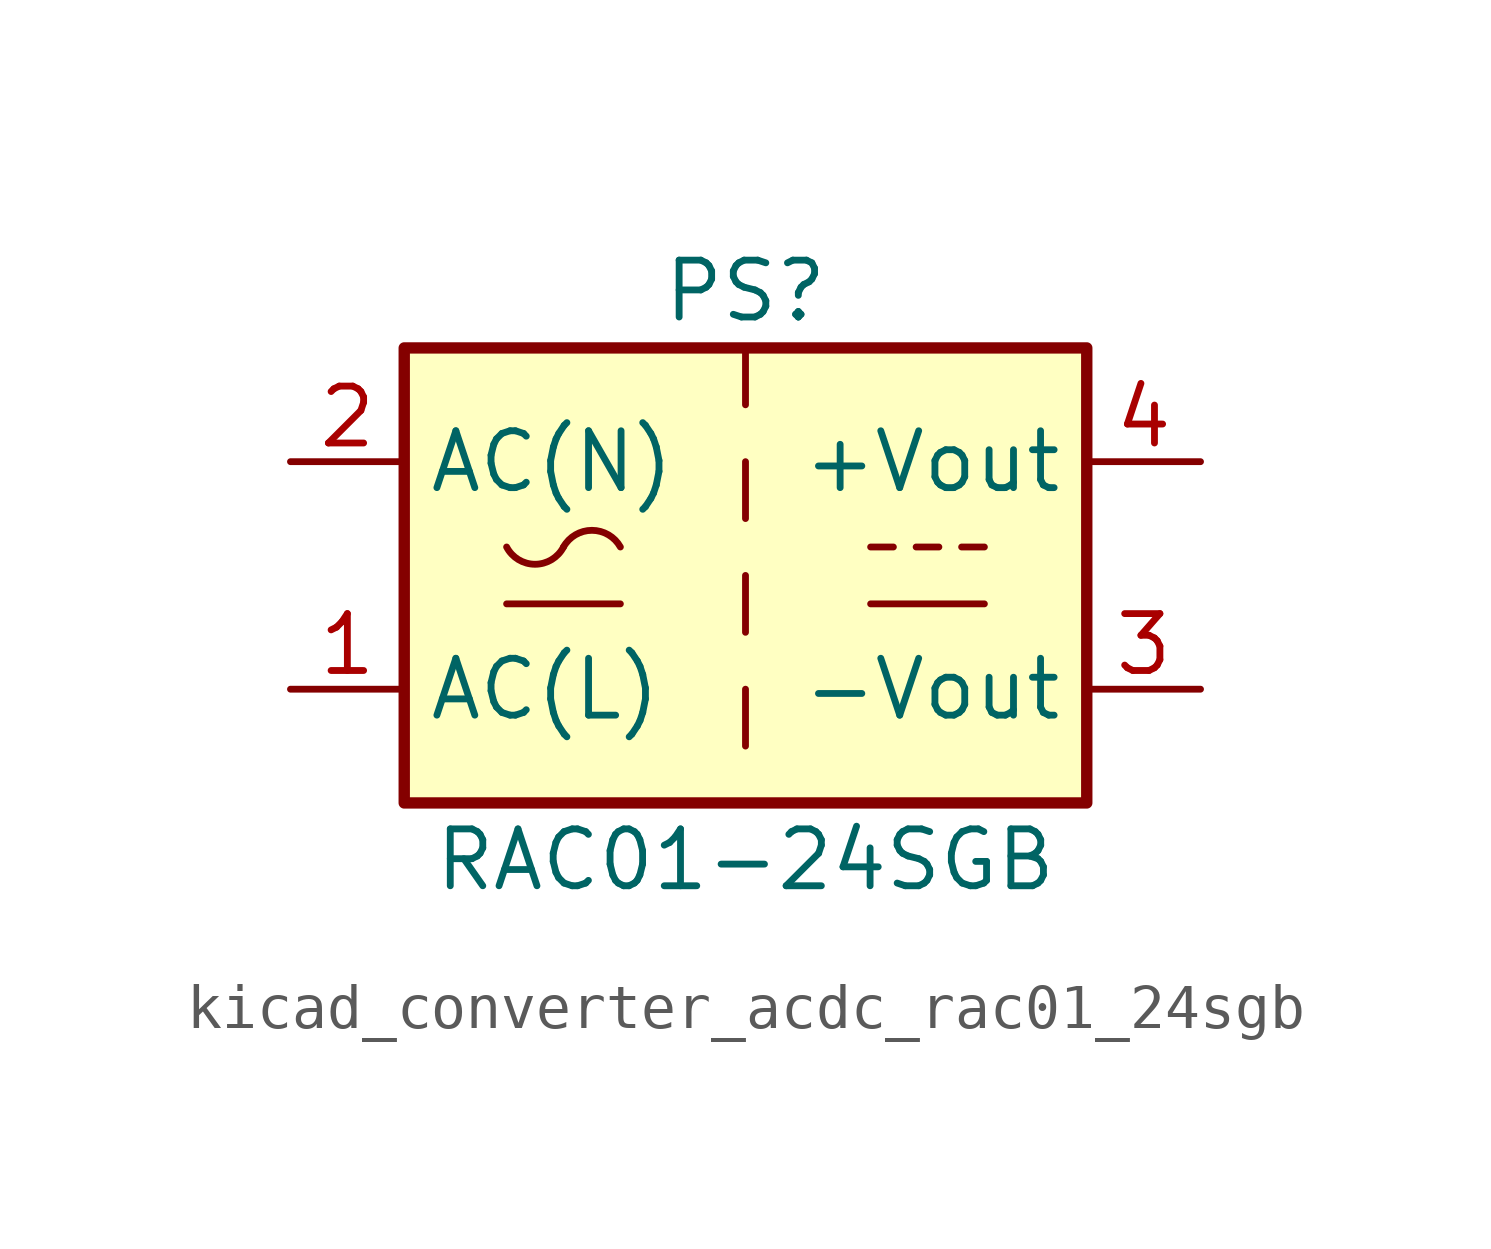
<source format=kicad_sym>
(kicad_symbol_lib
  (version 20220914)
  (generator kicad_symbol_editor)
  (symbol "kicad_converter_acdc_rac01_24sgb"
    (property "Reference" "PS"
      (at 0 6.35 0)
      (effects (font (size 1.27 1.27))))
    (property "Value" "RAC01-24SGB"
      (at 0 -6.35 0)
      (effects (font (size 1.27 1.27))))
    (symbol "kicad_converter_acdc_rac01_24sgb_1_1"
      (rectangle (start -7.62 5.08) (end 7.62 -5.08) (stroke (width 0.254) (type default)) (fill (type background)))
      (arc (start -5.334 0.635) (mid -4.699 0.2495) (end -4.064 0.635) (stroke (width 0) (type default)) (fill (type none)))
      (arc (start -2.794 0.635) (mid -3.429 1.0072) (end -4.064 0.635) (stroke (width 0) (type default)) (fill (type none)))
      (polyline (pts (xy -5.334 -0.635) (xy -2.794 -0.635)) (stroke (width 0) (type default)) (fill (type none)))
      (polyline (pts (xy 0 -2.54) (xy 0 -3.81)) (stroke (width 0) (type default)) (fill (type none)))
      (polyline (pts (xy 0 0) (xy 0 -1.27)) (stroke (width 0) (type default)) (fill (type none)))
      (polyline (pts (xy 0 2.54) (xy 0 1.27)) (stroke (width 0) (type default)) (fill (type none)))
      (polyline (pts (xy 0 5.08) (xy 0 3.81)) (stroke (width 0) (type default)) (fill (type none)))
      (polyline (pts (xy 2.794 -0.635) (xy 5.334 -0.635)) (stroke (width 0) (type default)) (fill (type none)))
      (polyline (pts (xy 2.794 0.635) (xy 3.302 0.635)) (stroke (width 0) (type default)) (fill (type none)))
      (polyline (pts (xy 3.81 0.635) (xy 4.318 0.635)) (stroke (width 0) (type default)) (fill (type none)))
      (polyline (pts (xy 4.826 0.635) (xy 5.334 0.635)) (stroke (width 0) (type default)) (fill (type none)))
      (pin power_in line (at -10.16 -2.54 0) (length 2.54) (name "AC(L)" (effects (font (size 1.27 1.27)))) (number "1" (effects (font (size 1.27 1.27)))))
      (pin power_in line (at -10.16 2.54 0) (length 2.54) (name "AC(N)" (effects (font (size 1.27 1.27)))) (number "2" (effects (font (size 1.27 1.27)))))
      (pin power_out line (at 10.16 -2.54 180) (length 2.54) (name "-Vout" (effects (font (size 1.27 1.27)))) (number "3" (effects (font (size 1.27 1.27)))))
      (pin power_out line (at 10.16 2.54 180) (length 2.54) (name "+Vout" (effects (font (size 1.27 1.27)))) (number "4" (effects (font (size 1.27 1.27))))))))
</source>
